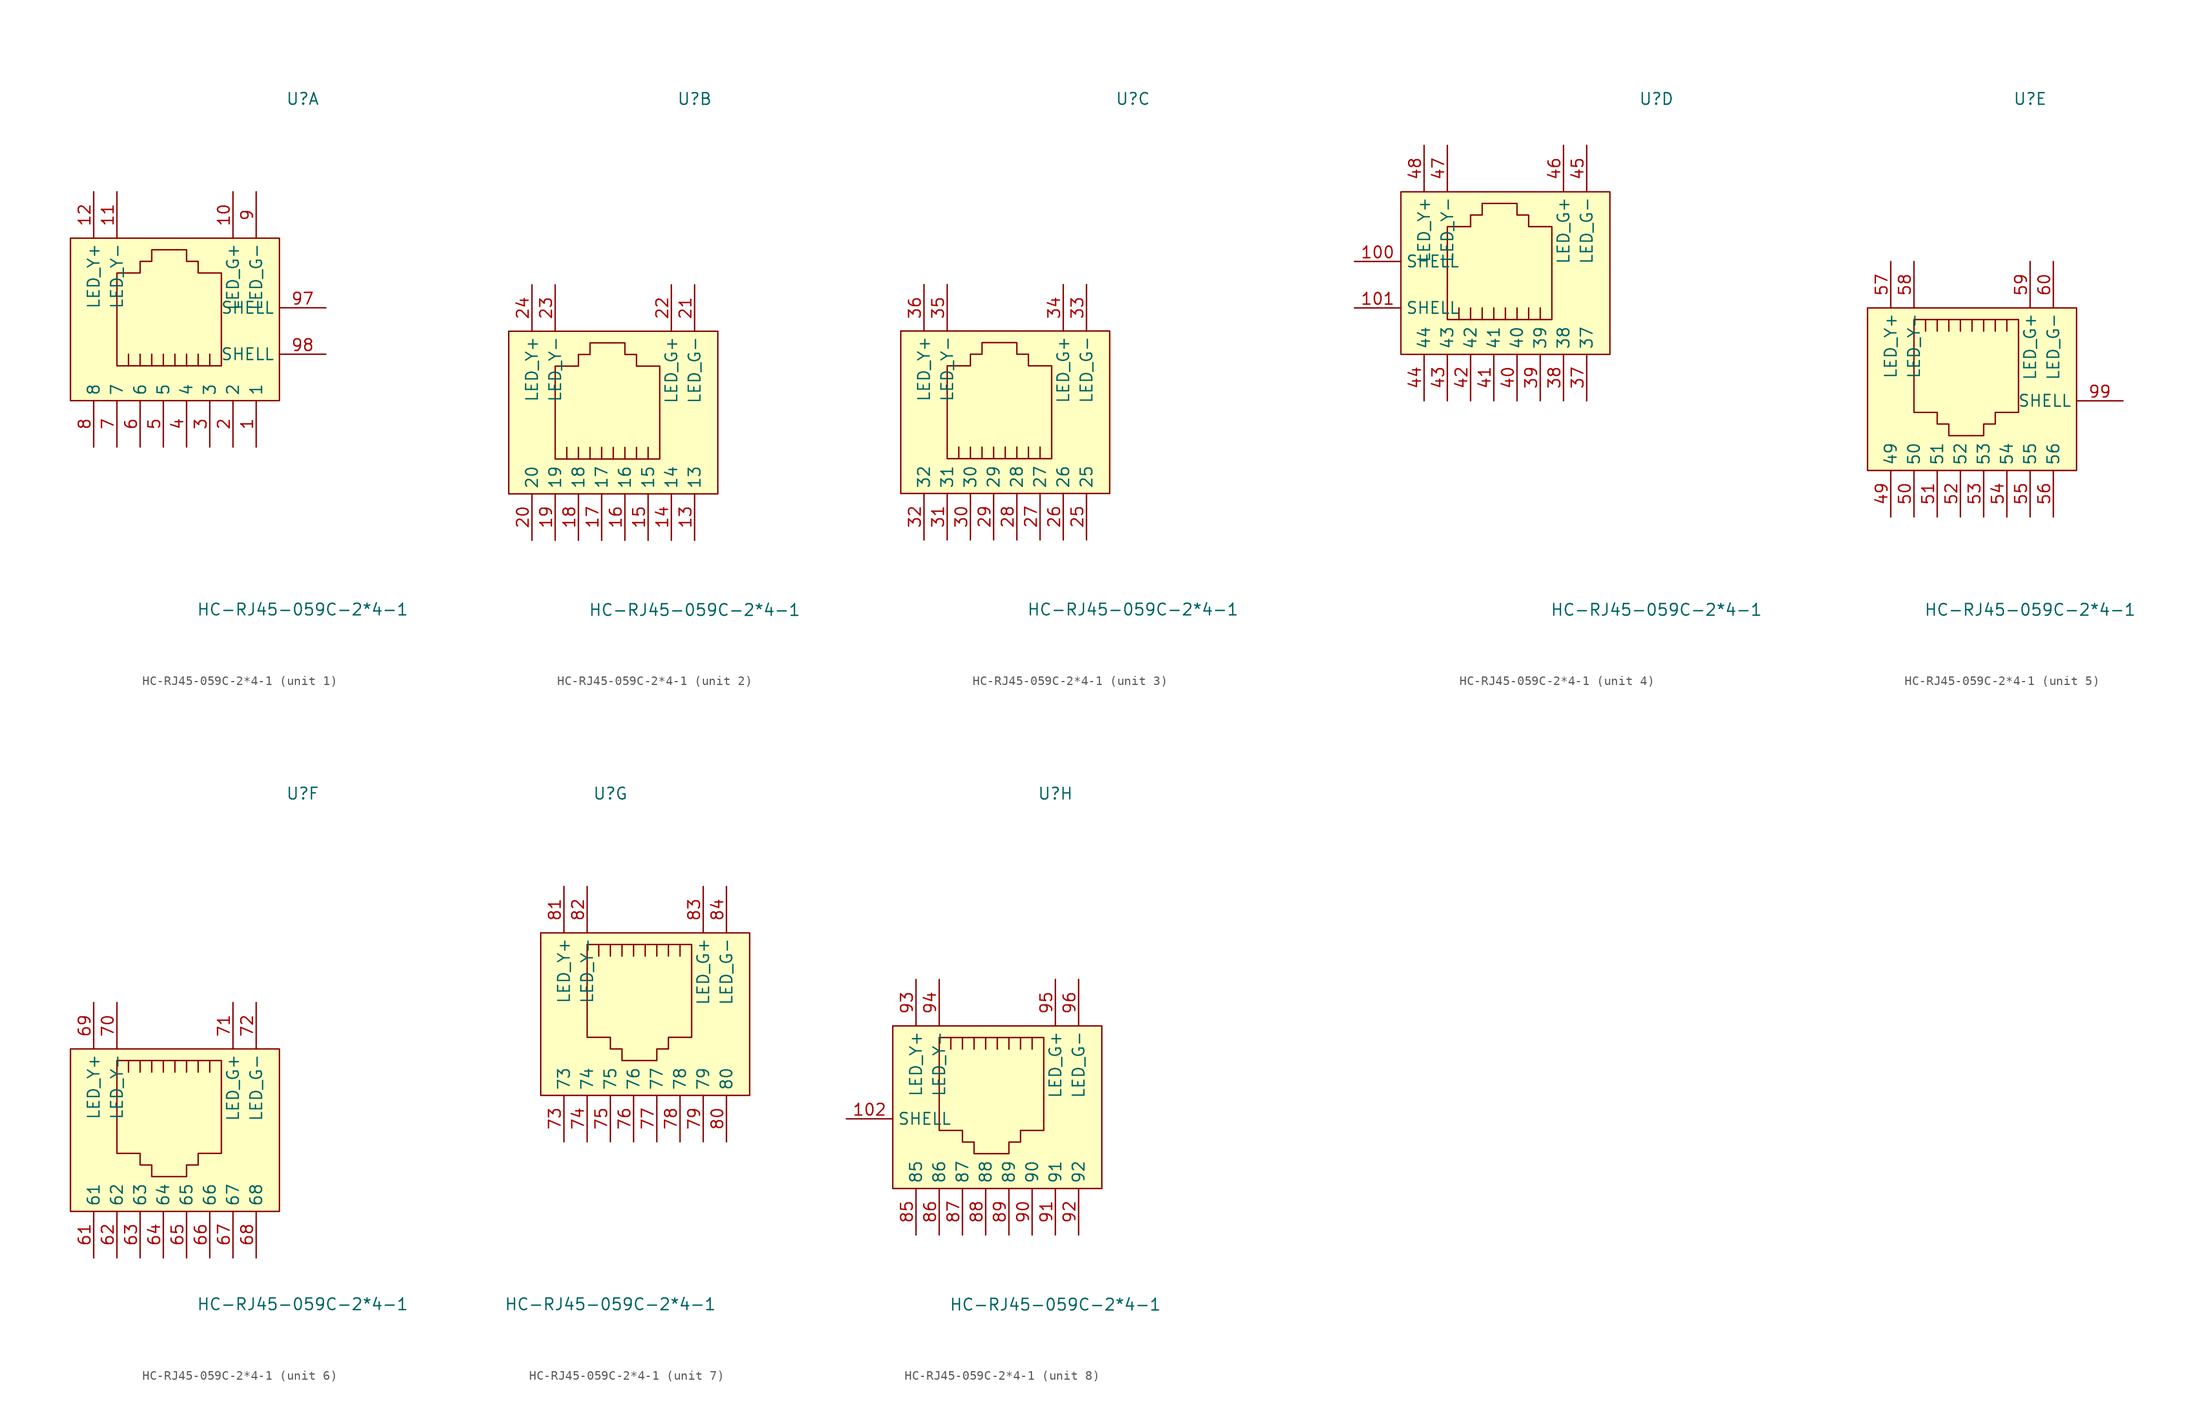
<source format=kicad_sym>
(kicad_symbol_lib
  (version 1)
  (generator "faebryk")
  (symbol "HC-RJ45-059C-2*4-1"
    (property "Reference" "U"
      (at 0 -2.54 0)
      (effects (font (size 1.27 1.27)) (hide no)))
    (property "Value" "HC-RJ45-059C-2*4-1"
      (at 0 -58.42 0)
      (effects (font (size 1.27 1.27)) (hide no)))
    (symbol "HC-RJ45-059C-2*4-1_1_1"
      (polyline (stroke (width 0) (type default) (color 0 0 0 0)) (fill (type background)) (pts (xy -20.32 -31.75) (xy -8.89 -31.75) (xy -8.89 -21.59) (xy -11.43 -21.59) (xy -11.43 -20.32) (xy -12.7 -20.32) (xy -12.7 -19.05) (xy -16.51 -19.05) (xy -16.51 -20.32) (xy -17.78 -20.32) (xy -17.78 -21.59) (xy -20.32 -21.59) (xy -20.32 -31.75) (xy -20.32 -31.75)))
      (polyline (stroke (width 0) (type default) (color 0 0 0 0)) (fill (type none)) (pts (xy -10.16 -30.48) (xy -10.16 -31.75) (xy -10.16 -31.75)))
      (polyline (stroke (width 0) (type default) (color 0 0 0 0)) (fill (type none)) (pts (xy -11.43 -30.48) (xy -11.43 -31.75) (xy -11.43 -31.75)))
      (polyline (stroke (width 0) (type default) (color 0 0 0 0)) (fill (type none)) (pts (xy -12.7 -31.75) (xy -12.7 -30.48) (xy -12.7 -30.48)))
      (polyline (stroke (width 0) (type default) (color 0 0 0 0)) (fill (type none)) (pts (xy -13.97 -31.75) (xy -13.97 -30.48) (xy -13.97 -30.48)))
      (polyline (stroke (width 0) (type default) (color 0 0 0 0)) (fill (type none)) (pts (xy -15.24 -31.75) (xy -15.24 -30.48) (xy -15.24 -30.48)))
      (polyline (stroke (width 0) (type default) (color 0 0 0 0)) (fill (type none)) (pts (xy -16.51 -31.75) (xy -16.51 -30.48) (xy -16.51 -30.48)))
      (polyline (stroke (width 0) (type default) (color 0 0 0 0)) (fill (type none)) (pts (xy -17.78 -31.75) (xy -17.78 -30.48) (xy -17.78 -30.48)))
      (polyline (stroke (width 0) (type default) (color 0 0 0 0)) (fill (type none)) (pts (xy -19.05 -30.48) (xy -19.05 -31.75) (xy -19.05 -31.75)))
      (rectangle (start -25.4 -17.78) (end -2.54 -35.56) (stroke (width 0) (type default) (color 0 0 0 0)) (fill (type background)))
      (pin unspecified line (at 2.54 -30.48 180) (length 5.08) (name "SHELL" (effects (font (size 1.27 1.27)) (hide no))) (number "98" (effects (font (size 1.27 1.27)) (hide no))))
      (pin unspecified line (at 2.54 -25.4 180) (length 5.08) (name "SHELL" (effects (font (size 1.27 1.27)) (hide no))) (number "97" (effects (font (size 1.27 1.27)) (hide no))))
      (pin unspecified line (at -22.86 -12.7 270) (length 5.08) (name "LED_Y+" (effects (font (size 1.27 1.27)) (hide no))) (number "12" (effects (font (size 1.27 1.27)) (hide no))))
      (pin unspecified line (at -20.32 -12.7 270) (length 5.08) (name "LED_Y-" (effects (font (size 1.27 1.27)) (hide no))) (number "11" (effects (font (size 1.27 1.27)) (hide no))))
      (pin unspecified line (at -7.62 -12.7 270) (length 5.08) (name "LED_G+" (effects (font (size 1.27 1.27)) (hide no))) (number "10" (effects (font (size 1.27 1.27)) (hide no))))
      (pin unspecified line (at -5.08 -12.7 270) (length 5.08) (name "LED_G-" (effects (font (size 1.27 1.27)) (hide no))) (number "9" (effects (font (size 1.27 1.27)) (hide no))))
      (pin unspecified line (at -22.86 -40.64 90) (length 5.08) (name "8" (effects (font (size 1.27 1.27)) (hide no))) (number "8" (effects (font (size 1.27 1.27)) (hide no))))
      (pin unspecified line (at -20.32 -40.64 90) (length 5.08) (name "7" (effects (font (size 1.27 1.27)) (hide no))) (number "7" (effects (font (size 1.27 1.27)) (hide no))))
      (pin unspecified line (at -17.78 -40.64 90) (length 5.08) (name "6" (effects (font (size 1.27 1.27)) (hide no))) (number "6" (effects (font (size 1.27 1.27)) (hide no))))
      (pin unspecified line (at -15.24 -40.64 90) (length 5.08) (name "5" (effects (font (size 1.27 1.27)) (hide no))) (number "5" (effects (font (size 1.27 1.27)) (hide no))))
      (pin unspecified line (at -12.7 -40.64 90) (length 5.08) (name "4" (effects (font (size 1.27 1.27)) (hide no))) (number "4" (effects (font (size 1.27 1.27)) (hide no))))
      (pin unspecified line (at -10.16 -40.64 90) (length 5.08) (name "3" (effects (font (size 1.27 1.27)) (hide no))) (number "3" (effects (font (size 1.27 1.27)) (hide no))))
      (pin unspecified line (at -7.62 -40.64 90) (length 5.08) (name "2" (effects (font (size 1.27 1.27)) (hide no))) (number "2" (effects (font (size 1.27 1.27)) (hide no))))
      (pin unspecified line (at -5.08 -40.64 90) (length 5.08) (name "1" (effects (font (size 1.27 1.27)) (hide no))) (number "1" (effects (font (size 1.27 1.27)) (hide no)))))
    (symbol "HC-RJ45-059C-2*4-1_2_1"
      (polyline (stroke (width 0) (type default) (color 0 0 0 0)) (fill (type none)) (pts (xy -13.97 -40.64) (xy -13.97 -41.91) (xy -13.97 -41.91)))
      (polyline (stroke (width 0) (type default) (color 0 0 0 0)) (fill (type none)) (pts (xy -12.7 -41.91) (xy -12.7 -40.64) (xy -12.7 -40.64)))
      (polyline (stroke (width 0) (type default) (color 0 0 0 0)) (fill (type none)) (pts (xy -11.43 -41.91) (xy -11.43 -40.64) (xy -11.43 -40.64)))
      (polyline (stroke (width 0) (type default) (color 0 0 0 0)) (fill (type none)) (pts (xy -10.16 -41.91) (xy -10.16 -40.64) (xy -10.16 -40.64)))
      (polyline (stroke (width 0) (type default) (color 0 0 0 0)) (fill (type none)) (pts (xy -8.89 -41.91) (xy -8.89 -40.64) (xy -8.89 -40.64)))
      (polyline (stroke (width 0) (type default) (color 0 0 0 0)) (fill (type none)) (pts (xy -7.62 -41.91) (xy -7.62 -40.64) (xy -7.62 -40.64)))
      (polyline (stroke (width 0) (type default) (color 0 0 0 0)) (fill (type none)) (pts (xy -6.35 -40.64) (xy -6.35 -41.91) (xy -6.35 -41.91)))
      (polyline (stroke (width 0) (type default) (color 0 0 0 0)) (fill (type none)) (pts (xy -5.08 -40.64) (xy -5.08 -41.91) (xy -5.08 -41.91)))
      (polyline (stroke (width 0) (type default) (color 0 0 0 0)) (fill (type background)) (pts (xy -15.24 -41.91) (xy -3.81 -41.91) (xy -3.81 -31.75) (xy -6.35 -31.75) (xy -6.35 -30.48) (xy -7.62 -30.48) (xy -7.62 -29.21) (xy -11.43 -29.21) (xy -11.43 -30.48) (xy -12.7 -30.48) (xy -12.7 -31.75) (xy -15.24 -31.75) (xy -15.24 -41.91) (xy -15.24 -41.91)))
      (rectangle (start -20.32 -27.94) (end 2.54 -45.72) (stroke (width 0) (type default) (color 0 0 0 0)) (fill (type background)))
      (pin unspecified line (at -17.78 -22.86 270) (length 5.08) (name "LED_Y+" (effects (font (size 1.27 1.27)) (hide no))) (number "24" (effects (font (size 1.27 1.27)) (hide no))))
      (pin unspecified line (at -15.24 -22.86 270) (length 5.08) (name "LED_Y-" (effects (font (size 1.27 1.27)) (hide no))) (number "23" (effects (font (size 1.27 1.27)) (hide no))))
      (pin unspecified line (at -2.54 -22.86 270) (length 5.08) (name "LED_G+" (effects (font (size 1.27 1.27)) (hide no))) (number "22" (effects (font (size 1.27 1.27)) (hide no))))
      (pin unspecified line (at 0 -22.86 270) (length 5.08) (name "LED_G-" (effects (font (size 1.27 1.27)) (hide no))) (number "21" (effects (font (size 1.27 1.27)) (hide no))))
      (pin unspecified line (at -17.78 -50.8 90) (length 5.08) (name "20" (effects (font (size 1.27 1.27)) (hide no))) (number "20" (effects (font (size 1.27 1.27)) (hide no))))
      (pin unspecified line (at -15.24 -50.8 90) (length 5.08) (name "19" (effects (font (size 1.27 1.27)) (hide no))) (number "19" (effects (font (size 1.27 1.27)) (hide no))))
      (pin unspecified line (at -12.7 -50.8 90) (length 5.08) (name "18" (effects (font (size 1.27 1.27)) (hide no))) (number "18" (effects (font (size 1.27 1.27)) (hide no))))
      (pin unspecified line (at -10.16 -50.8 90) (length 5.08) (name "17" (effects (font (size 1.27 1.27)) (hide no))) (number "17" (effects (font (size 1.27 1.27)) (hide no))))
      (pin unspecified line (at -7.62 -50.8 90) (length 5.08) (name "16" (effects (font (size 1.27 1.27)) (hide no))) (number "16" (effects (font (size 1.27 1.27)) (hide no))))
      (pin unspecified line (at -5.08 -50.8 90) (length 5.08) (name "15" (effects (font (size 1.27 1.27)) (hide no))) (number "15" (effects (font (size 1.27 1.27)) (hide no))))
      (pin unspecified line (at -2.54 -50.8 90) (length 5.08) (name "14" (effects (font (size 1.27 1.27)) (hide no))) (number "14" (effects (font (size 1.27 1.27)) (hide no))))
      (pin unspecified line (at 0 -50.8 90) (length 5.08) (name "13" (effects (font (size 1.27 1.27)) (hide no))) (number "13" (effects (font (size 1.27 1.27)) (hide no)))))
    (symbol "HC-RJ45-059C-2*4-1_3_1"
      (polyline (stroke (width 0) (type default) (color 0 0 0 0)) (fill (type none)) (pts (xy -19.05 -40.64) (xy -19.05 -41.91) (xy -19.05 -41.91)))
      (polyline (stroke (width 0) (type default) (color 0 0 0 0)) (fill (type none)) (pts (xy -17.78 -41.91) (xy -17.78 -40.64) (xy -17.78 -40.64)))
      (polyline (stroke (width 0) (type default) (color 0 0 0 0)) (fill (type none)) (pts (xy -16.51 -41.91) (xy -16.51 -40.64) (xy -16.51 -40.64)))
      (polyline (stroke (width 0) (type default) (color 0 0 0 0)) (fill (type none)) (pts (xy -15.24 -41.91) (xy -15.24 -40.64) (xy -15.24 -40.64)))
      (polyline (stroke (width 0) (type default) (color 0 0 0 0)) (fill (type none)) (pts (xy -13.97 -41.91) (xy -13.97 -40.64) (xy -13.97 -40.64)))
      (polyline (stroke (width 0) (type default) (color 0 0 0 0)) (fill (type none)) (pts (xy -12.7 -41.91) (xy -12.7 -40.64) (xy -12.7 -40.64)))
      (polyline (stroke (width 0) (type default) (color 0 0 0 0)) (fill (type none)) (pts (xy -11.43 -40.64) (xy -11.43 -41.91) (xy -11.43 -41.91)))
      (polyline (stroke (width 0) (type default) (color 0 0 0 0)) (fill (type none)) (pts (xy -10.16 -40.64) (xy -10.16 -41.91) (xy -10.16 -41.91)))
      (polyline (stroke (width 0) (type default) (color 0 0 0 0)) (fill (type background)) (pts (xy -20.32 -41.91) (xy -8.89 -41.91) (xy -8.89 -31.75) (xy -11.43 -31.75) (xy -11.43 -30.48) (xy -12.7 -30.48) (xy -12.7 -29.21) (xy -16.51 -29.21) (xy -16.51 -30.48) (xy -17.78 -30.48) (xy -17.78 -31.75) (xy -20.32 -31.75) (xy -20.32 -41.91) (xy -20.32 -41.91)))
      (rectangle (start -25.4 -27.94) (end -2.54 -45.72) (stroke (width 0) (type default) (color 0 0 0 0)) (fill (type background)))
      (pin unspecified line (at -22.86 -22.86 270) (length 5.08) (name "LED_Y+" (effects (font (size 1.27 1.27)) (hide no))) (number "36" (effects (font (size 1.27 1.27)) (hide no))))
      (pin unspecified line (at -20.32 -22.86 270) (length 5.08) (name "LED_Y-" (effects (font (size 1.27 1.27)) (hide no))) (number "35" (effects (font (size 1.27 1.27)) (hide no))))
      (pin unspecified line (at -7.62 -22.86 270) (length 5.08) (name "LED_G+" (effects (font (size 1.27 1.27)) (hide no))) (number "34" (effects (font (size 1.27 1.27)) (hide no))))
      (pin unspecified line (at -5.08 -22.86 270) (length 5.08) (name "LED_G-" (effects (font (size 1.27 1.27)) (hide no))) (number "33" (effects (font (size 1.27 1.27)) (hide no))))
      (pin unspecified line (at -22.86 -50.8 90) (length 5.08) (name "32" (effects (font (size 1.27 1.27)) (hide no))) (number "32" (effects (font (size 1.27 1.27)) (hide no))))
      (pin unspecified line (at -20.32 -50.8 90) (length 5.08) (name "31" (effects (font (size 1.27 1.27)) (hide no))) (number "31" (effects (font (size 1.27 1.27)) (hide no))))
      (pin unspecified line (at -17.78 -50.8 90) (length 5.08) (name "30" (effects (font (size 1.27 1.27)) (hide no))) (number "30" (effects (font (size 1.27 1.27)) (hide no))))
      (pin unspecified line (at -15.24 -50.8 90) (length 5.08) (name "29" (effects (font (size 1.27 1.27)) (hide no))) (number "29" (effects (font (size 1.27 1.27)) (hide no))))
      (pin unspecified line (at -12.7 -50.8 90) (length 5.08) (name "28" (effects (font (size 1.27 1.27)) (hide no))) (number "28" (effects (font (size 1.27 1.27)) (hide no))))
      (pin unspecified line (at -10.16 -50.8 90) (length 5.08) (name "27" (effects (font (size 1.27 1.27)) (hide no))) (number "27" (effects (font (size 1.27 1.27)) (hide no))))
      (pin unspecified line (at -7.62 -50.8 90) (length 5.08) (name "26" (effects (font (size 1.27 1.27)) (hide no))) (number "26" (effects (font (size 1.27 1.27)) (hide no))))
      (pin unspecified line (at -5.08 -50.8 90) (length 5.08) (name "25" (effects (font (size 1.27 1.27)) (hide no))) (number "25" (effects (font (size 1.27 1.27)) (hide no)))))
    (symbol "HC-RJ45-059C-2*4-1_4_1"
      (polyline (stroke (width 0) (type default) (color 0 0 0 0)) (fill (type none)) (pts (xy -21.59 -25.4) (xy -21.59 -26.67) (xy -21.59 -26.67)))
      (polyline (stroke (width 0) (type default) (color 0 0 0 0)) (fill (type none)) (pts (xy -20.32 -26.67) (xy -20.32 -25.4) (xy -20.32 -25.4)))
      (polyline (stroke (width 0) (type default) (color 0 0 0 0)) (fill (type none)) (pts (xy -19.05 -26.67) (xy -19.05 -25.4) (xy -19.05 -25.4)))
      (polyline (stroke (width 0) (type default) (color 0 0 0 0)) (fill (type none)) (pts (xy -17.78 -26.67) (xy -17.78 -25.4) (xy -17.78 -25.4)))
      (polyline (stroke (width 0) (type default) (color 0 0 0 0)) (fill (type none)) (pts (xy -16.51 -26.67) (xy -16.51 -25.4) (xy -16.51 -25.4)))
      (polyline (stroke (width 0) (type default) (color 0 0 0 0)) (fill (type none)) (pts (xy -15.24 -26.67) (xy -15.24 -25.4) (xy -15.24 -25.4)))
      (polyline (stroke (width 0) (type default) (color 0 0 0 0)) (fill (type none)) (pts (xy -13.97 -25.4) (xy -13.97 -26.67) (xy -13.97 -26.67)))
      (polyline (stroke (width 0) (type default) (color 0 0 0 0)) (fill (type none)) (pts (xy -12.7 -25.4) (xy -12.7 -26.67) (xy -12.7 -26.67)))
      (polyline (stroke (width 0) (type default) (color 0 0 0 0)) (fill (type background)) (pts (xy -22.86 -26.67) (xy -11.43 -26.67) (xy -11.43 -16.51) (xy -13.97 -16.51) (xy -13.97 -15.24) (xy -15.24 -15.24) (xy -15.24 -13.97) (xy -19.05 -13.97) (xy -19.05 -15.24) (xy -20.32 -15.24) (xy -20.32 -16.51) (xy -22.86 -16.51) (xy -22.86 -26.67) (xy -22.86 -26.67)))
      (rectangle (start -27.94 -12.7) (end -5.08 -30.48) (stroke (width 0) (type default) (color 0 0 0 0)) (fill (type background)))
      (pin unspecified line (at -33.02 -25.4 0) (length 5.08) (name "SHELL" (effects (font (size 1.27 1.27)) (hide no))) (number "101" (effects (font (size 1.27 1.27)) (hide no))))
      (pin unspecified line (at -33.02 -20.32 0) (length 5.08) (name "SHELL" (effects (font (size 1.27 1.27)) (hide no))) (number "100" (effects (font (size 1.27 1.27)) (hide no))))
      (pin unspecified line (at -25.4 -7.62 270) (length 5.08) (name "LED_Y+" (effects (font (size 1.27 1.27)) (hide no))) (number "48" (effects (font (size 1.27 1.27)) (hide no))))
      (pin unspecified line (at -22.86 -7.62 270) (length 5.08) (name "LED_Y-" (effects (font (size 1.27 1.27)) (hide no))) (number "47" (effects (font (size 1.27 1.27)) (hide no))))
      (pin unspecified line (at -10.16 -7.62 270) (length 5.08) (name "LED_G+" (effects (font (size 1.27 1.27)) (hide no))) (number "46" (effects (font (size 1.27 1.27)) (hide no))))
      (pin unspecified line (at -7.62 -7.62 270) (length 5.08) (name "LED_G-" (effects (font (size 1.27 1.27)) (hide no))) (number "45" (effects (font (size 1.27 1.27)) (hide no))))
      (pin unspecified line (at -25.4 -35.56 90) (length 5.08) (name "44" (effects (font (size 1.27 1.27)) (hide no))) (number "44" (effects (font (size 1.27 1.27)) (hide no))))
      (pin unspecified line (at -22.86 -35.56 90) (length 5.08) (name "43" (effects (font (size 1.27 1.27)) (hide no))) (number "43" (effects (font (size 1.27 1.27)) (hide no))))
      (pin unspecified line (at -20.32 -35.56 90) (length 5.08) (name "42" (effects (font (size 1.27 1.27)) (hide no))) (number "42" (effects (font (size 1.27 1.27)) (hide no))))
      (pin unspecified line (at -17.78 -35.56 90) (length 5.08) (name "41" (effects (font (size 1.27 1.27)) (hide no))) (number "41" (effects (font (size 1.27 1.27)) (hide no))))
      (pin unspecified line (at -15.24 -35.56 90) (length 5.08) (name "40" (effects (font (size 1.27 1.27)) (hide no))) (number "40" (effects (font (size 1.27 1.27)) (hide no))))
      (pin unspecified line (at -12.7 -35.56 90) (length 5.08) (name "39" (effects (font (size 1.27 1.27)) (hide no))) (number "39" (effects (font (size 1.27 1.27)) (hide no))))
      (pin unspecified line (at -10.16 -35.56 90) (length 5.08) (name "38" (effects (font (size 1.27 1.27)) (hide no))) (number "38" (effects (font (size 1.27 1.27)) (hide no))))
      (pin unspecified line (at -7.62 -35.56 90) (length 5.08) (name "37" (effects (font (size 1.27 1.27)) (hide no))) (number "37" (effects (font (size 1.27 1.27)) (hide no)))))
    (symbol "HC-RJ45-059C-2*4-1_5_1"
      (polyline (stroke (width 0) (type default) (color 0 0 0 0)) (fill (type none)) (pts (xy -11.43 -27.94) (xy -11.43 -26.67) (xy -11.43 -26.67)))
      (polyline (stroke (width 0) (type default) (color 0 0 0 0)) (fill (type none)) (pts (xy -10.16 -26.67) (xy -10.16 -27.94) (xy -10.16 -27.94)))
      (polyline (stroke (width 0) (type default) (color 0 0 0 0)) (fill (type none)) (pts (xy -8.89 -26.67) (xy -8.89 -27.94) (xy -8.89 -27.94)))
      (polyline (stroke (width 0) (type default) (color 0 0 0 0)) (fill (type none)) (pts (xy -7.62 -26.67) (xy -7.62 -27.94) (xy -7.62 -27.94)))
      (polyline (stroke (width 0) (type default) (color 0 0 0 0)) (fill (type none)) (pts (xy -6.35 -26.67) (xy -6.35 -27.94) (xy -6.35 -27.94)))
      (polyline (stroke (width 0) (type default) (color 0 0 0 0)) (fill (type none)) (pts (xy -5.08 -26.67) (xy -5.08 -27.94) (xy -5.08 -27.94)))
      (polyline (stroke (width 0) (type default) (color 0 0 0 0)) (fill (type none)) (pts (xy -3.81 -27.94) (xy -3.81 -26.67) (xy -3.81 -26.67)))
      (polyline (stroke (width 0) (type default) (color 0 0 0 0)) (fill (type none)) (pts (xy -2.54 -27.94) (xy -2.54 -26.67) (xy -2.54 -26.67)))
      (polyline (stroke (width 0) (type default) (color 0 0 0 0)) (fill (type background)) (pts (xy -12.7 -26.67) (xy -1.27 -26.67) (xy -1.27 -36.83) (xy -3.81 -36.83) (xy -3.81 -38.1) (xy -5.08 -38.1) (xy -5.08 -39.37) (xy -8.89 -39.37) (xy -8.89 -38.1) (xy -10.16 -38.1) (xy -10.16 -36.83) (xy -12.7 -36.83) (xy -12.7 -26.67) (xy -12.7 -26.67)))
      (rectangle (start -17.78 -25.4) (end 5.08 -43.18) (stroke (width 0) (type default) (color 0 0 0 0)) (fill (type background)))
      (pin unspecified line (at 10.16 -35.56 180) (length 5.08) (name "SHELL" (effects (font (size 1.27 1.27)) (hide no))) (number "99" (effects (font (size 1.27 1.27)) (hide no))))
      (pin unspecified line (at 2.54 -20.32 270) (length 5.08) (name "LED_G-" (effects (font (size 1.27 1.27)) (hide no))) (number "60" (effects (font (size 1.27 1.27)) (hide no))))
      (pin unspecified line (at 0 -20.32 270) (length 5.08) (name "LED_G+" (effects (font (size 1.27 1.27)) (hide no))) (number "59" (effects (font (size 1.27 1.27)) (hide no))))
      (pin unspecified line (at -12.7 -20.32 270) (length 5.08) (name "LED_Y-" (effects (font (size 1.27 1.27)) (hide no))) (number "58" (effects (font (size 1.27 1.27)) (hide no))))
      (pin unspecified line (at -15.24 -20.32 270) (length 5.08) (name "LED_Y+" (effects (font (size 1.27 1.27)) (hide no))) (number "57" (effects (font (size 1.27 1.27)) (hide no))))
      (pin unspecified line (at 2.54 -48.26 90) (length 5.08) (name "56" (effects (font (size 1.27 1.27)) (hide no))) (number "56" (effects (font (size 1.27 1.27)) (hide no))))
      (pin unspecified line (at 0 -48.26 90) (length 5.08) (name "55" (effects (font (size 1.27 1.27)) (hide no))) (number "55" (effects (font (size 1.27 1.27)) (hide no))))
      (pin unspecified line (at -2.54 -48.26 90) (length 5.08) (name "54" (effects (font (size 1.27 1.27)) (hide no))) (number "54" (effects (font (size 1.27 1.27)) (hide no))))
      (pin unspecified line (at -5.08 -48.26 90) (length 5.08) (name "53" (effects (font (size 1.27 1.27)) (hide no))) (number "53" (effects (font (size 1.27 1.27)) (hide no))))
      (pin unspecified line (at -7.62 -48.26 90) (length 5.08) (name "52" (effects (font (size 1.27 1.27)) (hide no))) (number "52" (effects (font (size 1.27 1.27)) (hide no))))
      (pin unspecified line (at -10.16 -48.26 90) (length 5.08) (name "51" (effects (font (size 1.27 1.27)) (hide no))) (number "51" (effects (font (size 1.27 1.27)) (hide no))))
      (pin unspecified line (at -12.7 -48.26 90) (length 5.08) (name "50" (effects (font (size 1.27 1.27)) (hide no))) (number "50" (effects (font (size 1.27 1.27)) (hide no))))
      (pin unspecified line (at -15.24 -48.26 90) (length 5.08) (name "49" (effects (font (size 1.27 1.27)) (hide no))) (number "49" (effects (font (size 1.27 1.27)) (hide no)))))
    (symbol "HC-RJ45-059C-2*4-1_6_1"
      (polyline (stroke (width 0) (type default) (color 0 0 0 0)) (fill (type none)) (pts (xy -19.05 -33.02) (xy -19.05 -31.75) (xy -19.05 -31.75)))
      (polyline (stroke (width 0) (type default) (color 0 0 0 0)) (fill (type none)) (pts (xy -17.78 -31.75) (xy -17.78 -33.02) (xy -17.78 -33.02)))
      (polyline (stroke (width 0) (type default) (color 0 0 0 0)) (fill (type none)) (pts (xy -16.51 -31.75) (xy -16.51 -33.02) (xy -16.51 -33.02)))
      (polyline (stroke (width 0) (type default) (color 0 0 0 0)) (fill (type none)) (pts (xy -15.24 -31.75) (xy -15.24 -33.02) (xy -15.24 -33.02)))
      (polyline (stroke (width 0) (type default) (color 0 0 0 0)) (fill (type none)) (pts (xy -13.97 -31.75) (xy -13.97 -33.02) (xy -13.97 -33.02)))
      (polyline (stroke (width 0) (type default) (color 0 0 0 0)) (fill (type none)) (pts (xy -12.7 -31.75) (xy -12.7 -33.02) (xy -12.7 -33.02)))
      (polyline (stroke (width 0) (type default) (color 0 0 0 0)) (fill (type none)) (pts (xy -11.43 -33.02) (xy -11.43 -31.75) (xy -11.43 -31.75)))
      (polyline (stroke (width 0) (type default) (color 0 0 0 0)) (fill (type none)) (pts (xy -10.16 -33.02) (xy -10.16 -31.75) (xy -10.16 -31.75)))
      (polyline (stroke (width 0) (type default) (color 0 0 0 0)) (fill (type background)) (pts (xy -20.32 -31.75) (xy -8.89 -31.75) (xy -8.89 -41.91) (xy -11.43 -41.91) (xy -11.43 -43.18) (xy -12.7 -43.18) (xy -12.7 -44.45) (xy -16.51 -44.45) (xy -16.51 -43.18) (xy -17.78 -43.18) (xy -17.78 -41.91) (xy -20.32 -41.91) (xy -20.32 -31.75) (xy -20.32 -31.75)))
      (rectangle (start -25.4 -30.48) (end -2.54 -48.26) (stroke (width 0) (type default) (color 0 0 0 0)) (fill (type background)))
      (pin unspecified line (at -5.08 -25.4 270) (length 5.08) (name "LED_G-" (effects (font (size 1.27 1.27)) (hide no))) (number "72" (effects (font (size 1.27 1.27)) (hide no))))
      (pin unspecified line (at -7.62 -25.4 270) (length 5.08) (name "LED_G+" (effects (font (size 1.27 1.27)) (hide no))) (number "71" (effects (font (size 1.27 1.27)) (hide no))))
      (pin unspecified line (at -20.32 -25.4 270) (length 5.08) (name "LED_Y-" (effects (font (size 1.27 1.27)) (hide no))) (number "70" (effects (font (size 1.27 1.27)) (hide no))))
      (pin unspecified line (at -22.86 -25.4 270) (length 5.08) (name "LED_Y+" (effects (font (size 1.27 1.27)) (hide no))) (number "69" (effects (font (size 1.27 1.27)) (hide no))))
      (pin unspecified line (at -5.08 -53.34 90) (length 5.08) (name "68" (effects (font (size 1.27 1.27)) (hide no))) (number "68" (effects (font (size 1.27 1.27)) (hide no))))
      (pin unspecified line (at -7.62 -53.34 90) (length 5.08) (name "67" (effects (font (size 1.27 1.27)) (hide no))) (number "67" (effects (font (size 1.27 1.27)) (hide no))))
      (pin unspecified line (at -10.16 -53.34 90) (length 5.08) (name "66" (effects (font (size 1.27 1.27)) (hide no))) (number "66" (effects (font (size 1.27 1.27)) (hide no))))
      (pin unspecified line (at -12.7 -53.34 90) (length 5.08) (name "65" (effects (font (size 1.27 1.27)) (hide no))) (number "65" (effects (font (size 1.27 1.27)) (hide no))))
      (pin unspecified line (at -15.24 -53.34 90) (length 5.08) (name "64" (effects (font (size 1.27 1.27)) (hide no))) (number "64" (effects (font (size 1.27 1.27)) (hide no))))
      (pin unspecified line (at -17.78 -53.34 90) (length 5.08) (name "63" (effects (font (size 1.27 1.27)) (hide no))) (number "63" (effects (font (size 1.27 1.27)) (hide no))))
      (pin unspecified line (at -20.32 -53.34 90) (length 5.08) (name "62" (effects (font (size 1.27 1.27)) (hide no))) (number "62" (effects (font (size 1.27 1.27)) (hide no))))
      (pin unspecified line (at -22.86 -53.34 90) (length 5.08) (name "61" (effects (font (size 1.27 1.27)) (hide no))) (number "61" (effects (font (size 1.27 1.27)) (hide no)))))
    (symbol "HC-RJ45-059C-2*4-1_7_1"
      (polyline (stroke (width 0) (type default) (color 0 0 0 0)) (fill (type none)) (pts (xy -1.27 -20.32) (xy -1.27 -19.05) (xy -1.27 -19.05)))
      (polyline (stroke (width 0) (type default) (color 0 0 0 0)) (fill (type none)) (pts (xy 0 -19.05) (xy 0 -20.32) (xy 0 -20.32)))
      (polyline (stroke (width 0) (type default) (color 0 0 0 0)) (fill (type none)) (pts (xy 1.27 -19.05) (xy 1.27 -20.32) (xy 1.27 -20.32)))
      (polyline (stroke (width 0) (type default) (color 0 0 0 0)) (fill (type none)) (pts (xy 2.54 -19.05) (xy 2.54 -20.32) (xy 2.54 -20.32)))
      (polyline (stroke (width 0) (type default) (color 0 0 0 0)) (fill (type none)) (pts (xy 3.81 -19.05) (xy 3.81 -20.32) (xy 3.81 -20.32)))
      (polyline (stroke (width 0) (type default) (color 0 0 0 0)) (fill (type none)) (pts (xy 5.08 -19.05) (xy 5.08 -20.32) (xy 5.08 -20.32)))
      (polyline (stroke (width 0) (type default) (color 0 0 0 0)) (fill (type none)) (pts (xy 6.35 -20.32) (xy 6.35 -19.05) (xy 6.35 -19.05)))
      (polyline (stroke (width 0) (type default) (color 0 0 0 0)) (fill (type none)) (pts (xy 7.62 -20.32) (xy 7.62 -19.05) (xy 7.62 -19.05)))
      (polyline (stroke (width 0) (type default) (color 0 0 0 0)) (fill (type background)) (pts (xy -2.54 -19.05) (xy 8.89 -19.05) (xy 8.89 -29.21) (xy 6.35 -29.21) (xy 6.35 -30.48) (xy 5.08 -30.48) (xy 5.08 -31.75) (xy 1.27 -31.75) (xy 1.27 -30.48) (xy 0 -30.48) (xy 0 -29.21) (xy -2.54 -29.21) (xy -2.54 -19.05) (xy -2.54 -19.05)))
      (rectangle (start -7.62 -17.78) (end 15.24 -35.56) (stroke (width 0) (type default) (color 0 0 0 0)) (fill (type background)))
      (pin unspecified line (at 12.7 -12.7 270) (length 5.08) (name "LED_G-" (effects (font (size 1.27 1.27)) (hide no))) (number "84" (effects (font (size 1.27 1.27)) (hide no))))
      (pin unspecified line (at 10.16 -12.7 270) (length 5.08) (name "LED_G+" (effects (font (size 1.27 1.27)) (hide no))) (number "83" (effects (font (size 1.27 1.27)) (hide no))))
      (pin unspecified line (at -2.54 -12.7 270) (length 5.08) (name "LED_Y-" (effects (font (size 1.27 1.27)) (hide no))) (number "82" (effects (font (size 1.27 1.27)) (hide no))))
      (pin unspecified line (at -5.08 -12.7 270) (length 5.08) (name "LED_Y+" (effects (font (size 1.27 1.27)) (hide no))) (number "81" (effects (font (size 1.27 1.27)) (hide no))))
      (pin unspecified line (at 12.7 -40.64 90) (length 5.08) (name "80" (effects (font (size 1.27 1.27)) (hide no))) (number "80" (effects (font (size 1.27 1.27)) (hide no))))
      (pin unspecified line (at 10.16 -40.64 90) (length 5.08) (name "79" (effects (font (size 1.27 1.27)) (hide no))) (number "79" (effects (font (size 1.27 1.27)) (hide no))))
      (pin unspecified line (at 7.62 -40.64 90) (length 5.08) (name "78" (effects (font (size 1.27 1.27)) (hide no))) (number "78" (effects (font (size 1.27 1.27)) (hide no))))
      (pin unspecified line (at 5.08 -40.64 90) (length 5.08) (name "77" (effects (font (size 1.27 1.27)) (hide no))) (number "77" (effects (font (size 1.27 1.27)) (hide no))))
      (pin unspecified line (at 2.54 -40.64 90) (length 5.08) (name "76" (effects (font (size 1.27 1.27)) (hide no))) (number "76" (effects (font (size 1.27 1.27)) (hide no))))
      (pin unspecified line (at 0 -40.64 90) (length 5.08) (name "75" (effects (font (size 1.27 1.27)) (hide no))) (number "75" (effects (font (size 1.27 1.27)) (hide no))))
      (pin unspecified line (at -2.54 -40.64 90) (length 5.08) (name "74" (effects (font (size 1.27 1.27)) (hide no))) (number "74" (effects (font (size 1.27 1.27)) (hide no))))
      (pin unspecified line (at -5.08 -40.64 90) (length 5.08) (name "73" (effects (font (size 1.27 1.27)) (hide no))) (number "73" (effects (font (size 1.27 1.27)) (hide no)))))
    (symbol "HC-RJ45-059C-2*4-1_8_1"
      (polyline (stroke (width 0) (type default) (color 0 0 0 0)) (fill (type none)) (pts (xy -11.43 -30.48) (xy -11.43 -29.21) (xy -11.43 -29.21)))
      (polyline (stroke (width 0) (type default) (color 0 0 0 0)) (fill (type none)) (pts (xy -10.16 -29.21) (xy -10.16 -30.48) (xy -10.16 -30.48)))
      (polyline (stroke (width 0) (type default) (color 0 0 0 0)) (fill (type none)) (pts (xy -8.89 -29.21) (xy -8.89 -30.48) (xy -8.89 -30.48)))
      (polyline (stroke (width 0) (type default) (color 0 0 0 0)) (fill (type none)) (pts (xy -7.62 -29.21) (xy -7.62 -30.48) (xy -7.62 -30.48)))
      (polyline (stroke (width 0) (type default) (color 0 0 0 0)) (fill (type none)) (pts (xy -6.35 -29.21) (xy -6.35 -30.48) (xy -6.35 -30.48)))
      (polyline (stroke (width 0) (type default) (color 0 0 0 0)) (fill (type none)) (pts (xy -5.08 -29.21) (xy -5.08 -30.48) (xy -5.08 -30.48)))
      (polyline (stroke (width 0) (type default) (color 0 0 0 0)) (fill (type none)) (pts (xy -3.81 -30.48) (xy -3.81 -29.21) (xy -3.81 -29.21)))
      (polyline (stroke (width 0) (type default) (color 0 0 0 0)) (fill (type none)) (pts (xy -2.54 -30.48) (xy -2.54 -29.21) (xy -2.54 -29.21)))
      (polyline (stroke (width 0) (type default) (color 0 0 0 0)) (fill (type background)) (pts (xy -12.7 -29.21) (xy -1.27 -29.21) (xy -1.27 -39.37) (xy -3.81 -39.37) (xy -3.81 -40.64) (xy -5.08 -40.64) (xy -5.08 -41.91) (xy -8.89 -41.91) (xy -8.89 -40.64) (xy -10.16 -40.64) (xy -10.16 -39.37) (xy -12.7 -39.37) (xy -12.7 -29.21) (xy -12.7 -29.21)))
      (rectangle (start -17.78 -27.94) (end 5.08 -45.72) (stroke (width 0) (type default) (color 0 0 0 0)) (fill (type background)))
      (pin unspecified line (at -22.86 -38.1 0) (length 5.08) (name "SHELL" (effects (font (size 1.27 1.27)) (hide no))) (number "102" (effects (font (size 1.27 1.27)) (hide no))))
      (pin unspecified line (at 2.54 -22.86 270) (length 5.08) (name "LED_G-" (effects (font (size 1.27 1.27)) (hide no))) (number "96" (effects (font (size 1.27 1.27)) (hide no))))
      (pin unspecified line (at 0 -22.86 270) (length 5.08) (name "LED_G+" (effects (font (size 1.27 1.27)) (hide no))) (number "95" (effects (font (size 1.27 1.27)) (hide no))))
      (pin unspecified line (at -12.7 -22.86 270) (length 5.08) (name "LED_Y-" (effects (font (size 1.27 1.27)) (hide no))) (number "94" (effects (font (size 1.27 1.27)) (hide no))))
      (pin unspecified line (at -15.24 -22.86 270) (length 5.08) (name "LED_Y+" (effects (font (size 1.27 1.27)) (hide no))) (number "93" (effects (font (size 1.27 1.27)) (hide no))))
      (pin unspecified line (at 2.54 -50.8 90) (length 5.08) (name "92" (effects (font (size 1.27 1.27)) (hide no))) (number "92" (effects (font (size 1.27 1.27)) (hide no))))
      (pin unspecified line (at 0 -50.8 90) (length 5.08) (name "91" (effects (font (size 1.27 1.27)) (hide no))) (number "91" (effects (font (size 1.27 1.27)) (hide no))))
      (pin unspecified line (at -2.54 -50.8 90) (length 5.08) (name "90" (effects (font (size 1.27 1.27)) (hide no))) (number "90" (effects (font (size 1.27 1.27)) (hide no))))
      (pin unspecified line (at -5.08 -50.8 90) (length 5.08) (name "89" (effects (font (size 1.27 1.27)) (hide no))) (number "89" (effects (font (size 1.27 1.27)) (hide no))))
      (pin unspecified line (at -7.62 -50.8 90) (length 5.08) (name "88" (effects (font (size 1.27 1.27)) (hide no))) (number "88" (effects (font (size 1.27 1.27)) (hide no))))
      (pin unspecified line (at -10.16 -50.8 90) (length 5.08) (name "87" (effects (font (size 1.27 1.27)) (hide no))) (number "87" (effects (font (size 1.27 1.27)) (hide no))))
      (pin unspecified line (at -12.7 -50.8 90) (length 5.08) (name "86" (effects (font (size 1.27 1.27)) (hide no))) (number "86" (effects (font (size 1.27 1.27)) (hide no))))
      (pin unspecified line (at -15.24 -50.8 90) (length 5.08) (name "85" (effects (font (size 1.27 1.27)) (hide no))) (number "85" (effects (font (size 1.27 1.27)) (hide no)))))))
</source>
